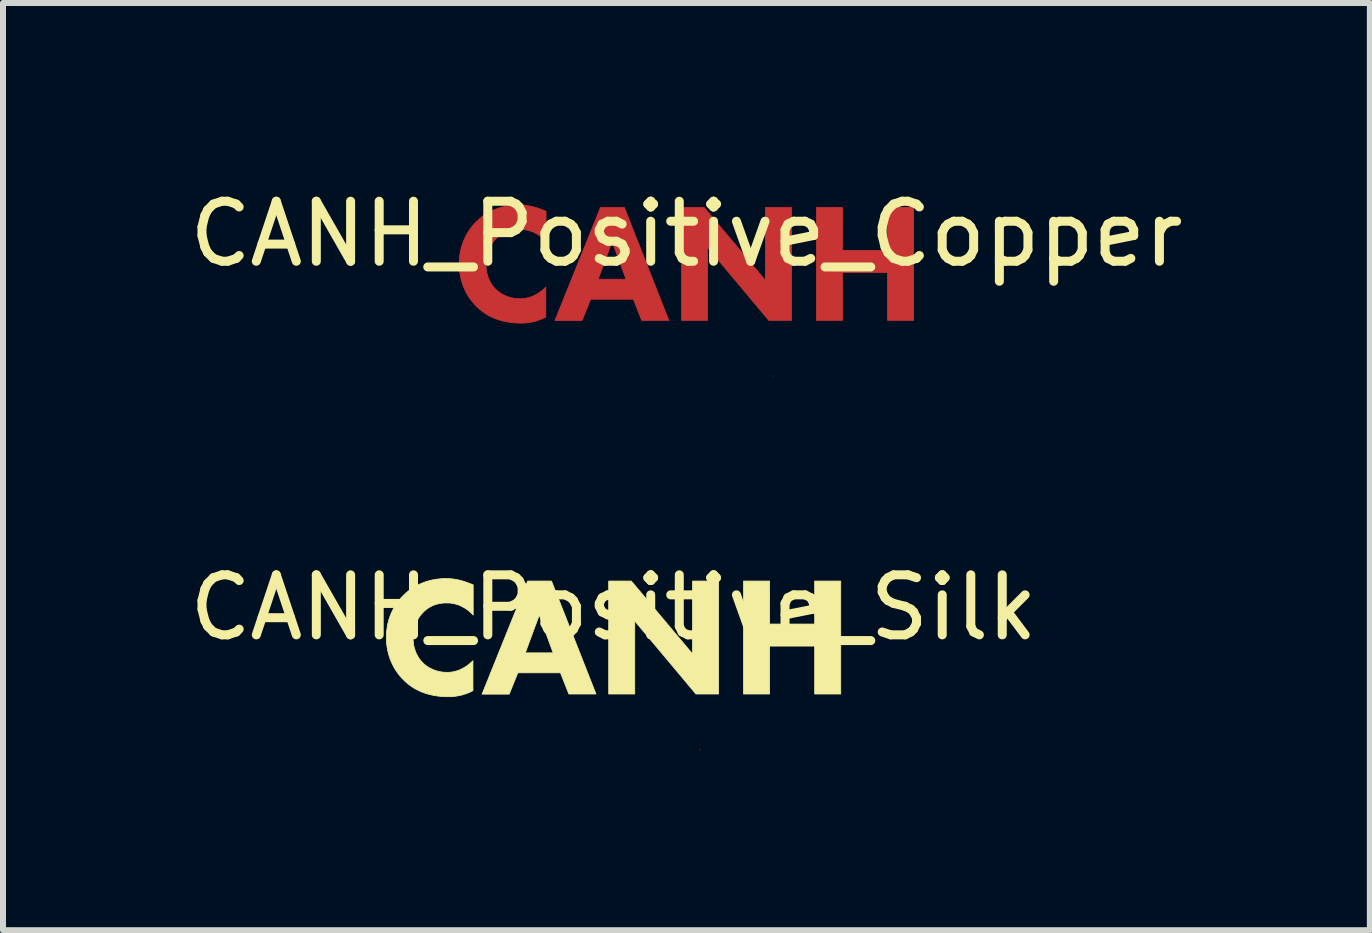
<source format=kicad_pcb>
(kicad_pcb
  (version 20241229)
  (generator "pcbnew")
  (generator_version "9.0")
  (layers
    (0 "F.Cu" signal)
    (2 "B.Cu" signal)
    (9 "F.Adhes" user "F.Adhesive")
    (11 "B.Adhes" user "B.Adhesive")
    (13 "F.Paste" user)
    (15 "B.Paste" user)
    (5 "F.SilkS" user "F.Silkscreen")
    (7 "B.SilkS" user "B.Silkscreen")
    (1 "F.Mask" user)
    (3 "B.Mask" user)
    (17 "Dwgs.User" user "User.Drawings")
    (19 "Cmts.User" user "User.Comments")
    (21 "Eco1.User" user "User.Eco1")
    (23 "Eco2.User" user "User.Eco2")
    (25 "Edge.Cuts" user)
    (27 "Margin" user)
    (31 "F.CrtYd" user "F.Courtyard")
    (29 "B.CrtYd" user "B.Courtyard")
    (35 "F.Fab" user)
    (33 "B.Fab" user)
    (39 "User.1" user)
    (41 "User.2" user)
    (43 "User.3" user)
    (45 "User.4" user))
  (footprint "CANH_Positive_Copper"
    (layer "F.Cu")
    (at 8.387 1.348)
    (property "Reference" "CANH_Positive_Copper" (at 0 -0.5 0) (unlocked yes) (layer "F.SilkS") (effects (font (size 1 1) (thickness 0.15))))
    (fp_poly (pts (xy 1.443 1.87) (xy 1.443 1.868) (xy 1.446 1.866)) (stroke (width 0.013) (type solid)) (fill yes) (layer "F.Cu"))
    (fp_poly (pts (xy 1.316 0.273) (xy 1.316 -0.941) (xy 1.75 -0.941) (xy 1.75 0.94) (xy 1.372 0.94) (xy 0.353 -0.277) (xy 0.353 0.94) (xy -0.081 0.94) (xy -0.081 -0.941) (xy 0.296 -0.941)) (stroke (width 0.013) (type solid)) (fill yes) (layer "F.Cu"))
    (fp_poly (pts (xy 2.6 -0.225) (xy 3.351 -0.225) (xy 3.351 -0.941) (xy 3.785 -0.941) (xy 3.785 0.94) (xy 3.351 0.94) (xy 3.351 0.142) (xy 2.6 0.142) (xy 2.6 0.94) (xy 2.166 0.94) (xy 2.166 -0.941) (xy 2.6 -0.941)) (stroke (width 0.013) (type solid)) (fill yes) (layer "F.Cu"))
    (fp_poly (pts (xy -0.293 0.94) (xy -0.745 0.94) (xy -0.886 0.583) (xy -0.886 0.587) (xy -1.595 0.587) (xy -1.739 0.943) (xy -2.191 0.943) (xy -1.914 0.255) (xy -1.471 0.255) (xy -1.006 0.255) (xy -1.238 -0.376) (xy -1.471 0.255) (xy -1.914 0.255) (xy -1.432 -0.941) (xy -1.034 -0.941)) (stroke (width 0.013) (type solid)) (fill yes) (layer "F.Cu"))
    (fp_poly (pts (xy -2.767 -0.983) (xy -2.743 -0.982) (xy -2.719 -0.98) (xy -2.694 -0.978) (xy -2.668 -0.975) (xy -2.642 -0.971) (xy -2.615 -0.966) (xy -2.587 -0.961) (xy -2.559 -0.954) (xy -2.53 -0.946) (xy -2.5 -0.938) (xy -2.47 -0.928) (xy -2.438 -0.917) (xy -2.406 -0.905) (xy -2.373 -0.892) (xy -2.339 -0.877) (xy -2.339 -0.376) (xy -2.358 -0.395) (xy -2.377 -0.414) (xy -2.398 -0.433) (xy -2.42 -0.451) (xy -2.443 -0.468) (xy -2.467 -0.485) (xy -2.493 -0.5) (xy -2.52 -0.515) (xy -2.548 -0.529) (xy -2.577 -0.541) (xy -2.608 -0.551) (xy -2.624 -0.556) (xy -2.64 -0.56) (xy -2.656 -0.564) (xy -2.673 -0.568) (xy -2.69 -0.57) (xy -2.707 -0.573) (xy -2.725 -0.575) (xy -2.743 -0.576) (xy -2.761 -0.577) (xy -2.78 -0.577) (xy -2.809 -0.577) (xy -2.838 -0.575) (xy -2.866 -0.572) (xy -2.893 -0.568) (xy -2.92 -0.563) (xy -2.945 -0.556) (xy -2.971 -0.549) (xy -2.995 -0.54) (xy -3.018 -0.53) (xy -3.041 -0.519) (xy -3.064 -0.507) (xy -3.085 -0.494) (xy -3.106 -0.479) (xy -3.126 -0.464) (xy -3.146 -0.447) (xy -3.165 -0.429) (xy -3.184 -0.409) (xy -3.203 -0.389) (xy -3.22 -0.367) (xy -3.237 -0.343) (xy -3.252 -0.319) (xy -3.267 -0.294) (xy -3.28 -0.268) (xy -3.292 -0.241) (xy -3.303 -0.213) (xy -3.313 -0.185) (xy -3.321 -0.155) (xy -3.328 -0.125) (xy -3.334 -0.093) (xy -3.338 -0.061) (xy -3.34 -0.029) (xy -3.341 0.005) (xy -3.34 0.04) (xy -3.337 0.075) (xy -3.333 0.108) (xy -3.328 0.14) (xy -3.32 0.17) (xy -3.312 0.199) (xy -3.302 0.227) (xy -3.292 0.254) (xy -3.28 0.279) (xy -3.267 0.303) (xy -3.254 0.326) (xy -3.24 0.348) (xy -3.225 0.368) (xy -3.21 0.387) (xy -3.194 0.405) (xy -3.179 0.421) (xy -3.17 0.429) (xy -3.16 0.439) (xy -3.147 0.45) (xy -3.131 0.462) (xy -3.114 0.475) (xy -3.094 0.488) (xy -3.072 0.502) (xy -3.047 0.515) (xy -3.034 0.521) (xy -3.021 0.528) (xy -3.007 0.534) (xy -2.992 0.54) (xy -2.977 0.545) (xy -2.961 0.551) (xy -2.945 0.556) (xy -2.928 0.56) (xy -2.91 0.565) (xy -2.892 0.568) (xy -2.874 0.572) (xy -2.855 0.575) (xy -2.835 0.577) (xy -2.815 0.578) (xy -2.794 0.579) (xy -2.773 0.58) (xy -2.751 0.579) (xy -2.729 0.578) (xy -2.706 0.576) (xy -2.681 0.572) (xy -2.657 0.567) (xy -2.631 0.561) (xy -2.605 0.553) (xy -2.578 0.544) (xy -2.55 0.532) (xy -2.522 0.518) (xy -2.493 0.503) (xy -2.464 0.485) (xy -2.434 0.464) (xy -2.404 0.441) (xy -2.374 0.415) (xy -2.343 0.386) (xy -2.343 0.885) (xy -2.37 0.898) (xy -2.4 0.912) (xy -2.429 0.924) (xy -2.458 0.935) (xy -2.486 0.944) (xy -2.514 0.953) (xy -2.541 0.96) (xy -2.567 0.966) (xy -2.593 0.971) (xy -2.618 0.975) (xy -2.642 0.979) (xy -2.666 0.981) (xy -2.712 0.985) (xy -2.755 0.985) (xy -2.819 0.984) (xy -2.88 0.98) (xy -2.939 0.973) (xy -2.995 0.964) (xy -3.048 0.953) (xy -3.1 0.939) (xy -3.149 0.924) (xy -3.195 0.906) (xy -3.24 0.887) (xy -3.282 0.866) (xy -3.323 0.843) (xy -3.361 0.819) (xy -3.397 0.793) (xy -3.431 0.767) (xy -3.463 0.739) (xy -3.493 0.71) (xy -3.524 0.679) (xy -3.554 0.645) (xy -3.583 0.61) (xy -3.61 0.573) (xy -3.636 0.534) (xy -3.66 0.493) (xy -3.682 0.45) (xy -3.703 0.406) (xy -3.721 0.36) (xy -3.738 0.312) (xy -3.752 0.263) (xy -3.764 0.213) (xy -3.773 0.161) (xy -3.78 0.108) (xy -3.784 0.053) (xy -3.785 -0.002) (xy -3.784 -0.058) (xy -3.78 -0.112) (xy -3.773 -0.165) (xy -3.764 -0.217) (xy -3.752 -0.267) (xy -3.738 -0.316) (xy -3.721 -0.363) (xy -3.703 -0.408) (xy -3.682 -0.452) (xy -3.66 -0.495) (xy -3.636 -0.535) (xy -3.61 -0.574) (xy -3.583 -0.611) (xy -3.554 -0.647) (xy -3.524 -0.68) (xy -3.493 -0.711) (xy -3.461 -0.741) (xy -3.427 -0.77) (xy -3.391 -0.797) (xy -3.354 -0.822) (xy -3.315 -0.846) (xy -3.275 -0.869) (xy -3.233 -0.889) (xy -3.189 -0.908) (xy -3.144 -0.925) (xy -3.098 -0.94) (xy -3.05 -0.953) (xy -3.001 -0.963) (xy -2.95 -0.972) (xy -2.898 -0.978) (xy -2.845 -0.982) (xy -2.791 -0.983)) (stroke (width 0.013) (type solid)) (fill yes) (layer "F.Cu")))
  (footprint "CANH_Positive_Silk"
    (layer "F.Cu")
    (at 7.173 7.573)
    (property "Reference" "CANH_Positive_Silk" (at 0 -0.5 0) (unlocked yes) (layer "F.SilkS") (effects (font (size 1 1) (thickness 0.15))))
    (fp_poly (pts (xy 1.443 1.87) (xy 1.443 1.868) (xy 1.446 1.866)) (stroke (width 0.013) (type solid)) (fill yes) (layer "F.Cu"))
    (fp_poly (pts (xy 1.316 0.273) (xy 1.316 -0.941) (xy 1.75 -0.941) (xy 1.75 0.94) (xy 1.372 0.94) (xy 0.353 -0.277) (xy 0.353 0.94) (xy -0.081 0.94) (xy -0.081 -0.941) (xy 0.296 -0.941)) (stroke (width 0.013) (type solid)) (fill yes) (layer "F.SilkS"))
    (fp_poly (pts (xy 2.6 -0.225) (xy 3.351 -0.225) (xy 3.351 -0.941) (xy 3.785 -0.941) (xy 3.785 0.94) (xy 3.351 0.94) (xy 3.351 0.142) (xy 2.6 0.142) (xy 2.6 0.94) (xy 2.166 0.94) (xy 2.166 -0.941) (xy 2.6 -0.941)) (stroke (width 0.013) (type solid)) (fill yes) (layer "F.SilkS"))
    (fp_poly (pts (xy -0.293 0.94) (xy -0.745 0.94) (xy -0.886 0.583) (xy -0.886 0.587) (xy -1.595 0.587) (xy -1.739 0.943) (xy -2.191 0.943) (xy -1.914 0.255) (xy -1.471 0.255) (xy -1.006 0.255) (xy -1.238 -0.376) (xy -1.471 0.255) (xy -1.914 0.255) (xy -1.432 -0.941) (xy -1.034 -0.941)) (stroke (width 0.013) (type solid)) (fill yes) (layer "F.SilkS"))
    (fp_poly (pts (xy -2.767 -0.983) (xy -2.743 -0.982) (xy -2.719 -0.98) (xy -2.694 -0.978) (xy -2.668 -0.975) (xy -2.642 -0.971) (xy -2.615 -0.966) (xy -2.587 -0.961) (xy -2.559 -0.954) (xy -2.53 -0.946) (xy -2.5 -0.938) (xy -2.47 -0.928) (xy -2.438 -0.917) (xy -2.406 -0.905) (xy -2.373 -0.892) (xy -2.339 -0.877) (xy -2.339 -0.376) (xy -2.358 -0.395) (xy -2.377 -0.414) (xy -2.398 -0.433) (xy -2.42 -0.451) (xy -2.443 -0.468) (xy -2.467 -0.485) (xy -2.493 -0.5) (xy -2.52 -0.515) (xy -2.548 -0.529) (xy -2.577 -0.541) (xy -2.608 -0.551) (xy -2.624 -0.556) (xy -2.64 -0.56) (xy -2.656 -0.564) (xy -2.673 -0.568) (xy -2.69 -0.57) (xy -2.707 -0.573) (xy -2.725 -0.575) (xy -2.743 -0.576) (xy -2.761 -0.577) (xy -2.78 -0.577) (xy -2.809 -0.577) (xy -2.838 -0.575) (xy -2.866 -0.572) (xy -2.893 -0.568) (xy -2.92 -0.563) (xy -2.945 -0.556) (xy -2.971 -0.549) (xy -2.995 -0.54) (xy -3.018 -0.53) (xy -3.041 -0.519) (xy -3.064 -0.507) (xy -3.085 -0.494) (xy -3.106 -0.479) (xy -3.126 -0.464) (xy -3.146 -0.447) (xy -3.165 -0.429) (xy -3.184 -0.409) (xy -3.203 -0.389) (xy -3.22 -0.367) (xy -3.237 -0.343) (xy -3.252 -0.319) (xy -3.267 -0.294) (xy -3.28 -0.268) (xy -3.292 -0.241) (xy -3.303 -0.213) (xy -3.313 -0.185) (xy -3.321 -0.155) (xy -3.328 -0.125) (xy -3.334 -0.093) (xy -3.338 -0.061) (xy -3.34 -0.029) (xy -3.341 0.005) (xy -3.34 0.04) (xy -3.337 0.075) (xy -3.333 0.108) (xy -3.328 0.14) (xy -3.32 0.17) (xy -3.312 0.199) (xy -3.302 0.227) (xy -3.292 0.254) (xy -3.28 0.279) (xy -3.267 0.303) (xy -3.254 0.326) (xy -3.24 0.348) (xy -3.225 0.368) (xy -3.21 0.387) (xy -3.194 0.405) (xy -3.179 0.421) (xy -3.17 0.429) (xy -3.16 0.439) (xy -3.147 0.45) (xy -3.131 0.462) (xy -3.114 0.475) (xy -3.094 0.488) (xy -3.072 0.502) (xy -3.047 0.515) (xy -3.034 0.521) (xy -3.021 0.528) (xy -3.007 0.534) (xy -2.992 0.54) (xy -2.977 0.545) (xy -2.961 0.551) (xy -2.945 0.556) (xy -2.928 0.56) (xy -2.91 0.565) (xy -2.892 0.568) (xy -2.874 0.572) (xy -2.855 0.575) (xy -2.835 0.577) (xy -2.815 0.578) (xy -2.794 0.579) (xy -2.773 0.58) (xy -2.751 0.579) (xy -2.729 0.578) (xy -2.706 0.576) (xy -2.681 0.572) (xy -2.657 0.567) (xy -2.631 0.561) (xy -2.605 0.553) (xy -2.578 0.544) (xy -2.55 0.532) (xy -2.522 0.518) (xy -2.493 0.503) (xy -2.464 0.485) (xy -2.434 0.464) (xy -2.404 0.441) (xy -2.374 0.415) (xy -2.343 0.386) (xy -2.343 0.885) (xy -2.37 0.898) (xy -2.4 0.912) (xy -2.429 0.924) (xy -2.458 0.935) (xy -2.486 0.944) (xy -2.514 0.953) (xy -2.541 0.96) (xy -2.567 0.966) (xy -2.593 0.971) (xy -2.618 0.975) (xy -2.642 0.979) (xy -2.666 0.981) (xy -2.712 0.985) (xy -2.755 0.985) (xy -2.819 0.984) (xy -2.88 0.98) (xy -2.939 0.973) (xy -2.995 0.964) (xy -3.048 0.953) (xy -3.1 0.939) (xy -3.149 0.924) (xy -3.195 0.906) (xy -3.24 0.887) (xy -3.282 0.866) (xy -3.323 0.843) (xy -3.361 0.819) (xy -3.397 0.793) (xy -3.431 0.767) (xy -3.463 0.739) (xy -3.493 0.71) (xy -3.524 0.679) (xy -3.554 0.645) (xy -3.583 0.61) (xy -3.61 0.573) (xy -3.636 0.534) (xy -3.66 0.493) (xy -3.682 0.45) (xy -3.703 0.406) (xy -3.721 0.36) (xy -3.738 0.312) (xy -3.752 0.263) (xy -3.764 0.213) (xy -3.773 0.161) (xy -3.78 0.108) (xy -3.784 0.053) (xy -3.785 -0.002) (xy -3.784 -0.058) (xy -3.78 -0.112) (xy -3.773 -0.165) (xy -3.764 -0.217) (xy -3.752 -0.267) (xy -3.738 -0.316) (xy -3.721 -0.363) (xy -3.703 -0.408) (xy -3.682 -0.452) (xy -3.66 -0.495) (xy -3.636 -0.535) (xy -3.61 -0.574) (xy -3.583 -0.611) (xy -3.554 -0.647) (xy -3.524 -0.68) (xy -3.493 -0.711) (xy -3.461 -0.741) (xy -3.427 -0.77) (xy -3.391 -0.797) (xy -3.354 -0.822) (xy -3.315 -0.846) (xy -3.275 -0.869) (xy -3.233 -0.889) (xy -3.189 -0.908) (xy -3.144 -0.925) (xy -3.098 -0.94) (xy -3.05 -0.953) (xy -3.001 -0.963) (xy -2.95 -0.972) (xy -2.898 -0.978) (xy -2.845 -0.982) (xy -2.791 -0.983)) (stroke (width 0.013) (type solid)) (fill yes) (layer "F.SilkS")))
  (gr_rect
    (start -3 -3)
    (end 19.774 12.449)
    (stroke (width 0.1) (type default))
    (fill no)
    (layer "Edge.Cuts")))
</source>
